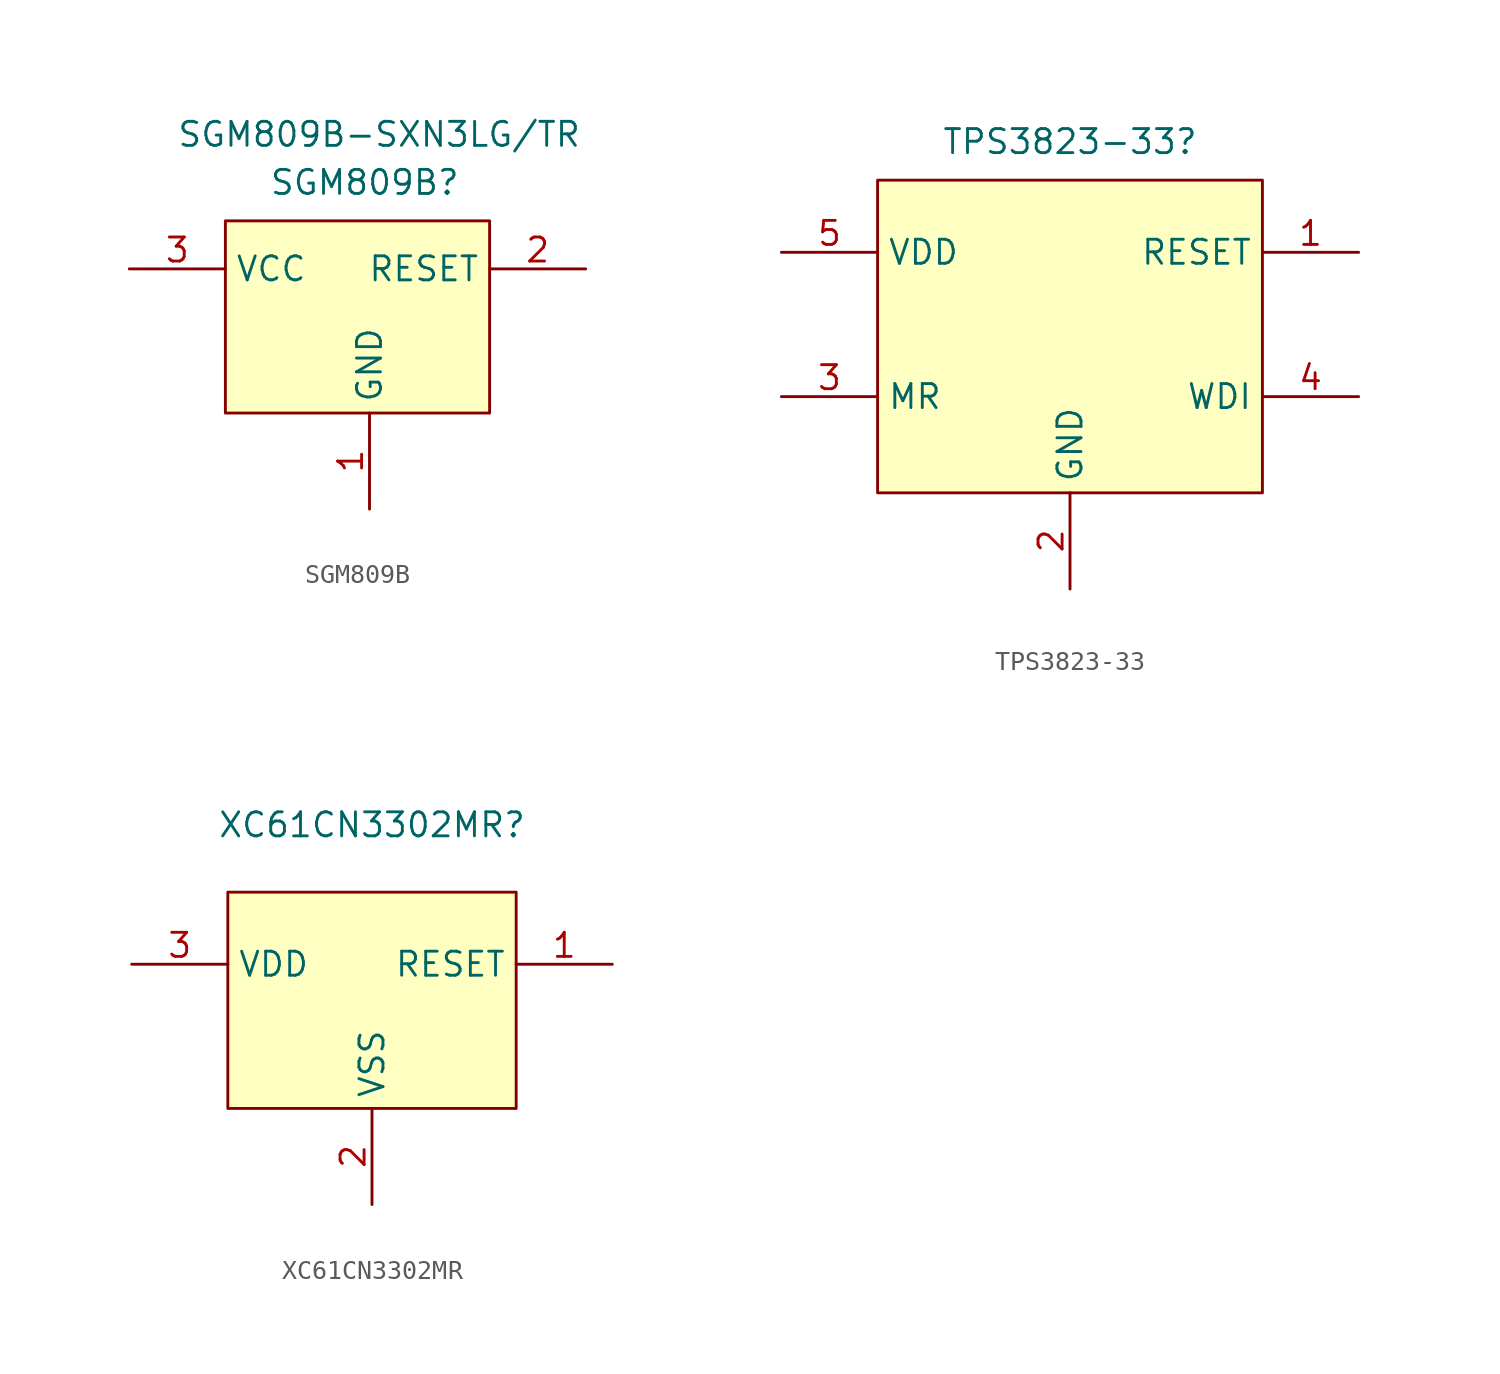
<source format=kicad_sym>
(kicad_symbol_lib
  (version 20241209)
  (generator "kicad_symbol_editor")
  (generator_version "9.0")
  (symbol "SGM809B"
    (property "Reference" "SGM809B"
      (at -0.254 7.112 0)
      (effects (font (size 1.27 1.27))))
    (property "Value" "SGM809B-SXN3LG/TR"
      (at 0.508 9.652 0)
      (effects (font (size 1.27 1.27))))
    (symbol "SGM809B_0_1"
      (rectangle (start -7.62 5.08) (end 6.35 -5.08) (stroke (width 0) (type default)) (fill (type background))))
    (symbol "SGM809B_1_1"
      (pin power_out line (at -12.7 2.54 0) (length 5.08) (name "VCC" (effects (font (size 1.27 1.27)))) (number "3" (effects (font (size 1.27 1.27)))))
      (pin power_in line (at 0 -10.16 90) (length 5.08) (name "GND" (effects (font (size 1.27 1.27)))) (number "1" (effects (font (size 1.27 1.27)))))
      (pin open_collector line (at 11.43 2.54 180) (length 5.08) (name "RESET" (effects (font (size 1.27 1.27)))) (number "2" (effects (font (size 1.27 1.27)))))))
  (symbol "TPS3823-33"
    (property "Reference" "TPS3823-33"
      (at 0 8.382 0)
      (effects (font (size 1.27 1.27))))
    (symbol "TPS3823-33_0_1"
      (rectangle (start -10.16 6.35) (end 10.16 -10.16) (stroke (width 0) (type default)) (fill (type background))))
    (symbol "TPS3823-33_1_1"
      (pin power_in line (at -15.24 2.54 0) (length 5.08) (name "VDD" (effects (font (size 1.27 1.27)))) (number "5" (effects (font (size 1.27 1.27)))))
      (pin input line (at -15.24 -5.08 0) (length 5.08) (name "MR" (effects (font (size 1.27 1.27)))) (number "3" (effects (font (size 1.27 1.27)))))
      (pin power_in line (at 0 -15.24 90) (length 5.08) (name "GND" (effects (font (size 1.27 1.27)))) (number "2" (effects (font (size 1.27 1.27)))))
      (pin output line (at 15.24 2.54 180) (length 5.08) (name "RESET" (effects (font (size 1.27 1.27)))) (number "1" (effects (font (size 1.27 1.27)))))
      (pin input line (at 15.24 -5.08 180) (length 5.08) (name "WDI" (effects (font (size 1.27 1.27)))) (number "4" (effects (font (size 1.27 1.27)))))))
  (symbol "XC61CN3302MR"
    (property "Reference" "XC61CN3302MR"
      (at 0 9.906 0)
      (effects (font (size 1.27 1.27))))
    (property "Value" ""
      (at 0 0 0)
      (effects (font (size 1.27 1.27))))
    (symbol "XC61CN3302MR_0_1"
      (rectangle (start -7.62 6.35) (end 7.62 -5.08) (stroke (width 0) (type default)) (fill (type background))))
    (symbol "XC61CN3302MR_1_1"
      (pin power_out line (at -12.7 2.54 0) (length 5.08) (name "VDD" (effects (font (size 1.27 1.27)))) (number "3" (effects (font (size 1.27 1.27)))))
      (pin power_out line (at 0 -10.16 90) (length 5.08) (name "VSS" (effects (font (size 1.27 1.27)))) (number "2" (effects (font (size 1.27 1.27)))))
      (pin open_collector line (at 12.7 2.54 180) (length 5.08) (name "RESET" (effects (font (size 1.27 1.27)))) (number "1" (effects (font (size 1.27 1.27))))))))
</source>
